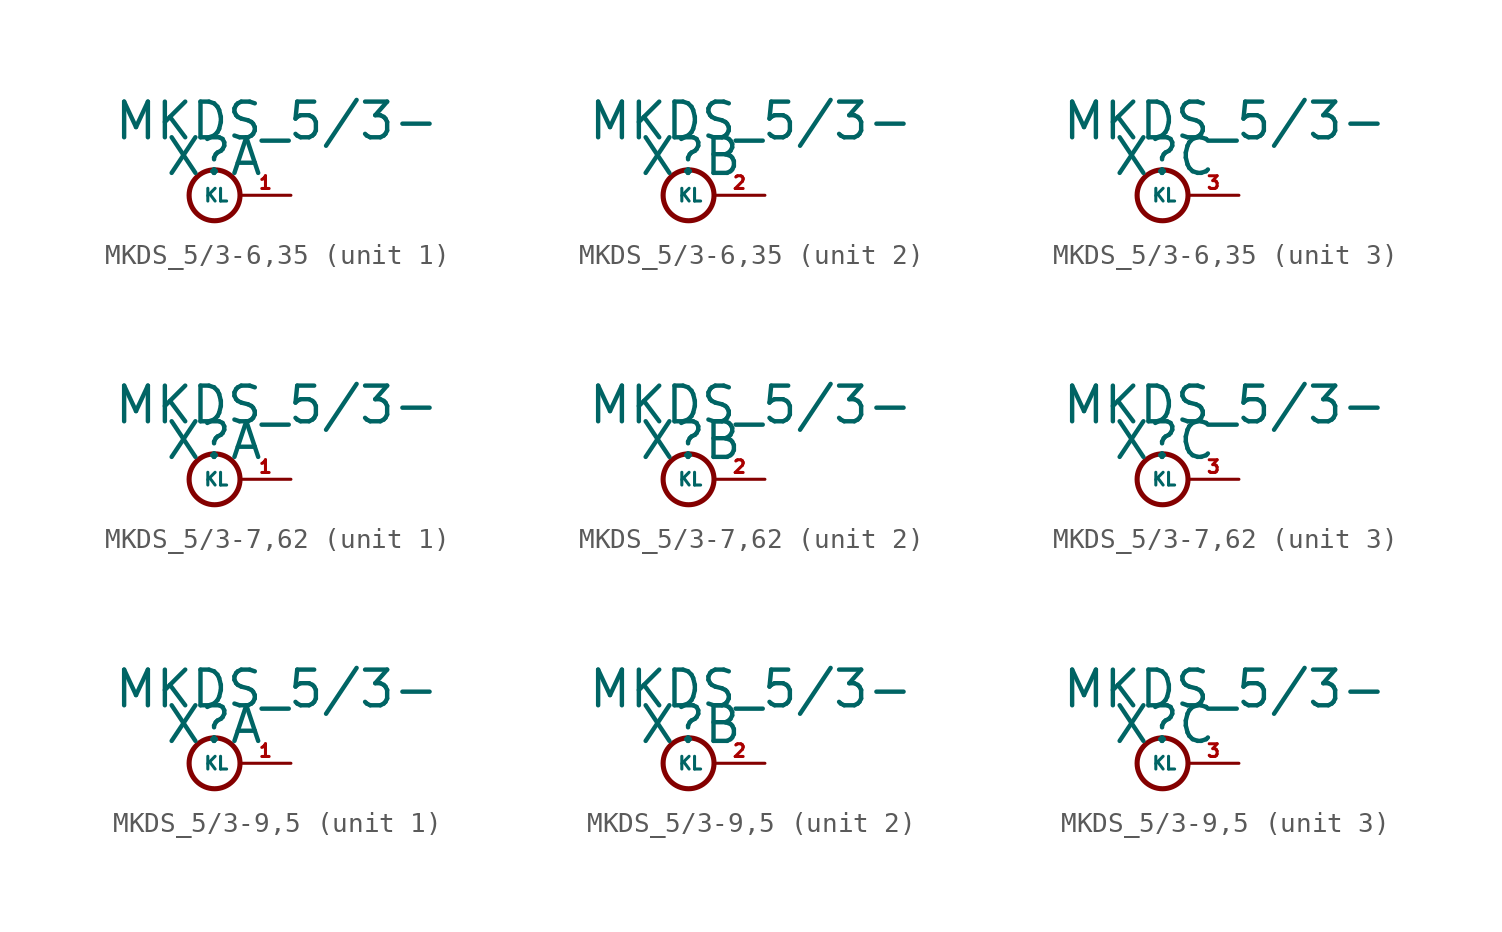
<source format=kicad_sym>
(kicad_symbol_lib
  (version 20220914)
  (generator Eagle2Kicad)
  (symbol "MKDS_5/3-6,35"
    (property "Reference" "X"
      (at -1.27 0.889 0)
      (effects (font (size 1.778 1.778) (thickness 0.22)) (justify left bottom)))
    (property "Value" "MKDS_5/3-"
      (at -3.81 2.667 0)
      (effects (font (size 1.778 1.778) (thickness 0.22)) (justify left bottom)))
    (symbol "MKDS_5/3-6,35_1_0"
      (circle (center 1.27 0) (radius 1.27) (stroke (width 0.254) (type default)) (fill (type none)))
      (pin passive line (at 5.08 0 180) (length 2.54) (name "KL" (effects (font (size 0.635 0.635) (thickness 0.08)) (justify left bottom))) (number "1" (effects (font (size 0.635 0.635) (thickness 0.08)) (justify left bottom)))))
    (symbol "MKDS_5/3-6,35_2_0"
      (circle (center 1.27 0) (radius 1.27) (stroke (width 0.254) (type default)) (fill (type none)))
      (pin passive line (at 5.08 0 180) (length 2.54) (name "KL" (effects (font (size 0.635 0.635) (thickness 0.08)) (justify left bottom))) (number "2" (effects (font (size 0.635 0.635) (thickness 0.08)) (justify left bottom)))))
    (symbol "MKDS_5/3-6,35_3_0"
      (circle (center 1.27 0) (radius 1.27) (stroke (width 0.254) (type default)) (fill (type none)))
      (pin passive line (at 5.08 0 180) (length 2.54) (name "KL" (effects (font (size 0.635 0.635) (thickness 0.08)) (justify left bottom))) (number "3" (effects (font (size 0.635 0.635) (thickness 0.08)) (justify left bottom))))))
  (symbol "MKDS_5/3-7,62"
    (property "Reference" "X"
      (at -1.27 0.889 0)
      (effects (font (size 1.778 1.778) (thickness 0.22)) (justify left bottom)))
    (property "Value" "MKDS_5/3-"
      (at -3.81 2.667 0)
      (effects (font (size 1.778 1.778) (thickness 0.22)) (justify left bottom)))
    (symbol "MKDS_5/3-7,62_1_0"
      (circle (center 1.27 0) (radius 1.27) (stroke (width 0.254) (type default)) (fill (type none)))
      (pin passive line (at 5.08 0 180) (length 2.54) (name "KL" (effects (font (size 0.635 0.635) (thickness 0.08)) (justify left bottom))) (number "1" (effects (font (size 0.635 0.635) (thickness 0.08)) (justify left bottom)))))
    (symbol "MKDS_5/3-7,62_2_0"
      (circle (center 1.27 0) (radius 1.27) (stroke (width 0.254) (type default)) (fill (type none)))
      (pin passive line (at 5.08 0 180) (length 2.54) (name "KL" (effects (font (size 0.635 0.635) (thickness 0.08)) (justify left bottom))) (number "2" (effects (font (size 0.635 0.635) (thickness 0.08)) (justify left bottom)))))
    (symbol "MKDS_5/3-7,62_3_0"
      (circle (center 1.27 0) (radius 1.27) (stroke (width 0.254) (type default)) (fill (type none)))
      (pin passive line (at 5.08 0 180) (length 2.54) (name "KL" (effects (font (size 0.635 0.635) (thickness 0.08)) (justify left bottom))) (number "3" (effects (font (size 0.635 0.635) (thickness 0.08)) (justify left bottom))))))
  (symbol "MKDS_5/3-9,5"
    (property "Reference" "X"
      (at -1.27 0.889 0)
      (effects (font (size 1.778 1.778) (thickness 0.22)) (justify left bottom)))
    (property "Value" "MKDS_5/3-"
      (at -3.81 2.667 0)
      (effects (font (size 1.778 1.778) (thickness 0.22)) (justify left bottom)))
    (symbol "MKDS_5/3-9,5_1_0"
      (circle (center 1.27 0) (radius 1.27) (stroke (width 0.254) (type default)) (fill (type none)))
      (pin passive line (at 5.08 0 180) (length 2.54) (name "KL" (effects (font (size 0.635 0.635) (thickness 0.08)) (justify left bottom))) (number "1" (effects (font (size 0.635 0.635) (thickness 0.08)) (justify left bottom)))))
    (symbol "MKDS_5/3-9,5_2_0"
      (circle (center 1.27 0) (radius 1.27) (stroke (width 0.254) (type default)) (fill (type none)))
      (pin passive line (at 5.08 0 180) (length 2.54) (name "KL" (effects (font (size 0.635 0.635) (thickness 0.08)) (justify left bottom))) (number "2" (effects (font (size 0.635 0.635) (thickness 0.08)) (justify left bottom)))))
    (symbol "MKDS_5/3-9,5_3_0"
      (circle (center 1.27 0) (radius 1.27) (stroke (width 0.254) (type default)) (fill (type none)))
      (pin passive line (at 5.08 0 180) (length 2.54) (name "KL" (effects (font (size 0.635 0.635) (thickness 0.08)) (justify left bottom))) (number "3" (effects (font (size 0.635 0.635) (thickness 0.08)) (justify left bottom)))))))
</source>
